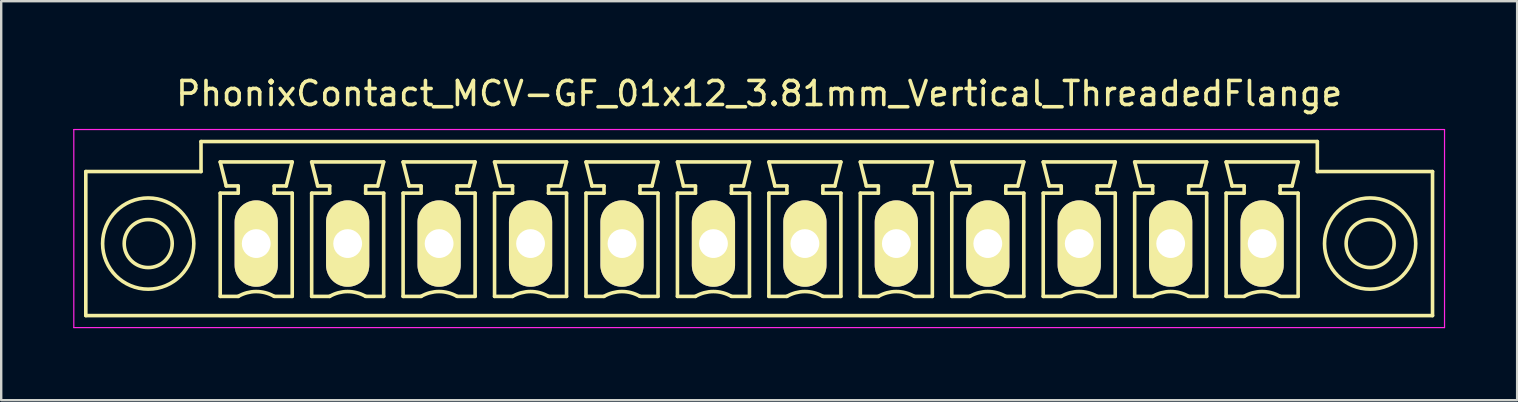
<source format=kicad_pcb>
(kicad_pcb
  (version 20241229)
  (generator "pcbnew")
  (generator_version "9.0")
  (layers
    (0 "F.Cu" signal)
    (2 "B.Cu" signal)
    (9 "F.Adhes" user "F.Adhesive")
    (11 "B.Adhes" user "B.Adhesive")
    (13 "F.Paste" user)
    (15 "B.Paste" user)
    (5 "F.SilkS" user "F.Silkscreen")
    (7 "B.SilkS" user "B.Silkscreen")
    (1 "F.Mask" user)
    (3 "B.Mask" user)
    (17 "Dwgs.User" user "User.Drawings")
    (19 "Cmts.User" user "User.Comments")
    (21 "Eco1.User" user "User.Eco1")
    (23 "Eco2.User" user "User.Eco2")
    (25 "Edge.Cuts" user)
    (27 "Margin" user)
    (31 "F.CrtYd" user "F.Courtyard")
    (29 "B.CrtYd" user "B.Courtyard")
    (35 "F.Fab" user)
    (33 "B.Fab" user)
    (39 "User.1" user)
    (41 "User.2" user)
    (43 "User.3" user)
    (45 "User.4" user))
  (footprint "PhonixContact_MCV-GF_01x12_3.81mm_Vertical_ThreadedFlange"
    (layer "F.Cu")
    (at 7.625 7.098)
    (property "Reference" "PhonixContact_MCV-GF_01x12_3.81mm_Vertical_ThreadedFlange" (at 20.955 -6.25 0) (layer "F.SilkS") (effects (font (size 1 1) (thickness 0.15))))
    (attr through_hole)
    (fp_line (start -7.1 -3) (end -7.1 3) (stroke (width 0.15) (type solid)) (layer "F.SilkS"))
    (fp_line (start -7.1 3) (end 49.01 3) (stroke (width 0.15) (type solid)) (layer "F.SilkS"))
    (fp_line (start -2.3 -4.25) (end -2.3 -3) (stroke (width 0.15) (type solid)) (layer "F.SilkS"))
    (fp_line (start -2.3 -3) (end -7.1 -3) (stroke (width 0.15) (type solid)) (layer "F.SilkS"))
    (fp_line (start -1.5 -3.4) (end 1.5 -3.4) (stroke (width 0.15) (type solid)) (layer "F.SilkS"))
    (fp_line (start -1.5 -2.1) (end -0.75 -2.1) (stroke (width 0.15) (type solid)) (layer "F.SilkS"))
    (fp_line (start -1.5 2.2) (end -1.5 -2.1) (stroke (width 0.15) (type solid)) (layer "F.SilkS"))
    (fp_line (start -1.25 -2.4) (end -1.5 -3.4) (stroke (width 0.15) (type solid)) (layer "F.SilkS"))
    (fp_line (start -0.75 -2.4) (end -1.25 -2.4) (stroke (width 0.15) (type solid)) (layer "F.SilkS"))
    (fp_line (start -0.75 -2.1) (end -0.75 -2.4) (stroke (width 0.15) (type solid)) (layer "F.SilkS"))
    (fp_line (start -0.75 2.2) (end -1.5 2.2) (stroke (width 0.15) (type solid)) (layer "F.SilkS"))
    (fp_line (start 0.75 -2.4) (end 0.75 -2.1) (stroke (width 0.15) (type solid)) (layer "F.SilkS"))
    (fp_line (start 0.75 -2.1) (end 0.75 -2.1) (stroke (width 0.15) (type solid)) (layer "F.SilkS"))
    (fp_line (start 0.75 -2.1) (end 1.5 -2.1) (stroke (width 0.15) (type solid)) (layer "F.SilkS"))
    (fp_line (start 1.25 -2.4) (end 0.75 -2.4) (stroke (width 0.15) (type solid)) (layer "F.SilkS"))
    (fp_line (start 1.5 -3.4) (end 1.25 -2.4) (stroke (width 0.15) (type solid)) (layer "F.SilkS"))
    (fp_line (start 1.5 -2.1) (end 1.5 2.2) (stroke (width 0.15) (type solid)) (layer "F.SilkS"))
    (fp_line (start 1.5 2.2) (end 0.75 2.2) (stroke (width 0.15) (type solid)) (layer "F.SilkS"))
    (fp_line (start 2.31 -3.4) (end 5.31 -3.4) (stroke (width 0.15) (type solid)) (layer "F.SilkS"))
    (fp_line (start 2.31 -2.1) (end 3.06 -2.1) (stroke (width 0.15) (type solid)) (layer "F.SilkS"))
    (fp_line (start 2.31 2.2) (end 2.31 -2.1) (stroke (width 0.15) (type solid)) (layer "F.SilkS"))
    (fp_line (start 2.56 -2.4) (end 2.31 -3.4) (stroke (width 0.15) (type solid)) (layer "F.SilkS"))
    (fp_line (start 3.06 -2.4) (end 2.56 -2.4) (stroke (width 0.15) (type solid)) (layer "F.SilkS"))
    (fp_line (start 3.06 -2.1) (end 3.06 -2.4) (stroke (width 0.15) (type solid)) (layer "F.SilkS"))
    (fp_line (start 3.06 2.2) (end 2.31 2.2) (stroke (width 0.15) (type solid)) (layer "F.SilkS"))
    (fp_line (start 4.56 -2.4) (end 4.56 -2.1) (stroke (width 0.15) (type solid)) (layer "F.SilkS"))
    (fp_line (start 4.56 -2.1) (end 4.56 -2.1) (stroke (width 0.15) (type solid)) (layer "F.SilkS"))
    (fp_line (start 4.56 -2.1) (end 5.31 -2.1) (stroke (width 0.15) (type solid)) (layer "F.SilkS"))
    (fp_line (start 5.06 -2.4) (end 4.56 -2.4) (stroke (width 0.15) (type solid)) (layer "F.SilkS"))
    (fp_line (start 5.31 -3.4) (end 5.06 -2.4) (stroke (width 0.15) (type solid)) (layer "F.SilkS"))
    (fp_line (start 5.31 -2.1) (end 5.31 2.2) (stroke (width 0.15) (type solid)) (layer "F.SilkS"))
    (fp_line (start 5.31 2.2) (end 4.56 2.2) (stroke (width 0.15) (type solid)) (layer "F.SilkS"))
    (fp_line (start 6.12 -3.4) (end 9.12 -3.4) (stroke (width 0.15) (type solid)) (layer "F.SilkS"))
    (fp_line (start 6.12 -2.1) (end 6.87 -2.1) (stroke (width 0.15) (type solid)) (layer "F.SilkS"))
    (fp_line (start 6.12 2.2) (end 6.12 -2.1) (stroke (width 0.15) (type solid)) (layer "F.SilkS"))
    (fp_line (start 6.37 -2.4) (end 6.12 -3.4) (stroke (width 0.15) (type solid)) (layer "F.SilkS"))
    (fp_line (start 6.87 -2.4) (end 6.37 -2.4) (stroke (width 0.15) (type solid)) (layer "F.SilkS"))
    (fp_line (start 6.87 -2.1) (end 6.87 -2.4) (stroke (width 0.15) (type solid)) (layer "F.SilkS"))
    (fp_line (start 6.87 2.2) (end 6.12 2.2) (stroke (width 0.15) (type solid)) (layer "F.SilkS"))
    (fp_line (start 8.37 -2.4) (end 8.37 -2.1) (stroke (width 0.15) (type solid)) (layer "F.SilkS"))
    (fp_line (start 8.37 -2.1) (end 8.37 -2.1) (stroke (width 0.15) (type solid)) (layer "F.SilkS"))
    (fp_line (start 8.37 -2.1) (end 9.12 -2.1) (stroke (width 0.15) (type solid)) (layer "F.SilkS"))
    (fp_line (start 8.87 -2.4) (end 8.37 -2.4) (stroke (width 0.15) (type solid)) (layer "F.SilkS"))
    (fp_line (start 9.12 -3.4) (end 8.87 -2.4) (stroke (width 0.15) (type solid)) (layer "F.SilkS"))
    (fp_line (start 9.12 -2.1) (end 9.12 2.2) (stroke (width 0.15) (type solid)) (layer "F.SilkS"))
    (fp_line (start 9.12 2.2) (end 8.37 2.2) (stroke (width 0.15) (type solid)) (layer "F.SilkS"))
    (fp_line (start 9.93 -3.4) (end 12.93 -3.4) (stroke (width 0.15) (type solid)) (layer "F.SilkS"))
    (fp_line (start 9.93 -2.1) (end 10.68 -2.1) (stroke (width 0.15) (type solid)) (layer "F.SilkS"))
    (fp_line (start 9.93 2.2) (end 9.93 -2.1) (stroke (width 0.15) (type solid)) (layer "F.SilkS"))
    (fp_line (start 10.18 -2.4) (end 9.93 -3.4) (stroke (width 0.15) (type solid)) (layer "F.SilkS"))
    (fp_line (start 10.68 -2.4) (end 10.18 -2.4) (stroke (width 0.15) (type solid)) (layer "F.SilkS"))
    (fp_line (start 10.68 -2.1) (end 10.68 -2.4) (stroke (width 0.15) (type solid)) (layer "F.SilkS"))
    (fp_line (start 10.68 2.2) (end 9.93 2.2) (stroke (width 0.15) (type solid)) (layer "F.SilkS"))
    (fp_line (start 12.18 -2.4) (end 12.18 -2.1) (stroke (width 0.15) (type solid)) (layer "F.SilkS"))
    (fp_line (start 12.18 -2.1) (end 12.18 -2.1) (stroke (width 0.15) (type solid)) (layer "F.SilkS"))
    (fp_line (start 12.18 -2.1) (end 12.93 -2.1) (stroke (width 0.15) (type solid)) (layer "F.SilkS"))
    (fp_line (start 12.68 -2.4) (end 12.18 -2.4) (stroke (width 0.15) (type solid)) (layer "F.SilkS"))
    (fp_line (start 12.93 -3.4) (end 12.68 -2.4) (stroke (width 0.15) (type solid)) (layer "F.SilkS"))
    (fp_line (start 12.93 -2.1) (end 12.93 2.2) (stroke (width 0.15) (type solid)) (layer "F.SilkS"))
    (fp_line (start 12.93 2.2) (end 12.18 2.2) (stroke (width 0.15) (type solid)) (layer "F.SilkS"))
    (fp_line (start 13.74 -3.4) (end 16.74 -3.4) (stroke (width 0.15) (type solid)) (layer "F.SilkS"))
    (fp_line (start 13.74 -2.1) (end 14.49 -2.1) (stroke (width 0.15) (type solid)) (layer "F.SilkS"))
    (fp_line (start 13.74 2.2) (end 13.74 -2.1) (stroke (width 0.15) (type solid)) (layer "F.SilkS"))
    (fp_line (start 13.99 -2.4) (end 13.74 -3.4) (stroke (width 0.15) (type solid)) (layer "F.SilkS"))
    (fp_line (start 14.49 -2.4) (end 13.99 -2.4) (stroke (width 0.15) (type solid)) (layer "F.SilkS"))
    (fp_line (start 14.49 -2.1) (end 14.49 -2.4) (stroke (width 0.15) (type solid)) (layer "F.SilkS"))
    (fp_line (start 14.49 2.2) (end 13.74 2.2) (stroke (width 0.15) (type solid)) (layer "F.SilkS"))
    (fp_line (start 15.99 -2.4) (end 15.99 -2.1) (stroke (width 0.15) (type solid)) (layer "F.SilkS"))
    (fp_line (start 15.99 -2.1) (end 15.99 -2.1) (stroke (width 0.15) (type solid)) (layer "F.SilkS"))
    (fp_line (start 15.99 -2.1) (end 16.74 -2.1) (stroke (width 0.15) (type solid)) (layer "F.SilkS"))
    (fp_line (start 16.49 -2.4) (end 15.99 -2.4) (stroke (width 0.15) (type solid)) (layer "F.SilkS"))
    (fp_line (start 16.74 -3.4) (end 16.49 -2.4) (stroke (width 0.15) (type solid)) (layer "F.SilkS"))
    (fp_line (start 16.74 -2.1) (end 16.74 2.2) (stroke (width 0.15) (type solid)) (layer "F.SilkS"))
    (fp_line (start 16.74 2.2) (end 15.99 2.2) (stroke (width 0.15) (type solid)) (layer "F.SilkS"))
    (fp_line (start 17.55 -3.4) (end 20.55 -3.4) (stroke (width 0.15) (type solid)) (layer "F.SilkS"))
    (fp_line (start 17.55 -2.1) (end 18.3 -2.1) (stroke (width 0.15) (type solid)) (layer "F.SilkS"))
    (fp_line (start 17.55 2.2) (end 17.55 -2.1) (stroke (width 0.15) (type solid)) (layer "F.SilkS"))
    (fp_line (start 17.8 -2.4) (end 17.55 -3.4) (stroke (width 0.15) (type solid)) (layer "F.SilkS"))
    (fp_line (start 18.3 -2.4) (end 17.8 -2.4) (stroke (width 0.15) (type solid)) (layer "F.SilkS"))
    (fp_line (start 18.3 -2.1) (end 18.3 -2.4) (stroke (width 0.15) (type solid)) (layer "F.SilkS"))
    (fp_line (start 18.3 2.2) (end 17.55 2.2) (stroke (width 0.15) (type solid)) (layer "F.SilkS"))
    (fp_line (start 19.8 -2.4) (end 19.8 -2.1) (stroke (width 0.15) (type solid)) (layer "F.SilkS"))
    (fp_line (start 19.8 -2.1) (end 19.8 -2.1) (stroke (width 0.15) (type solid)) (layer "F.SilkS"))
    (fp_line (start 19.8 -2.1) (end 20.55 -2.1) (stroke (width 0.15) (type solid)) (layer "F.SilkS"))
    (fp_line (start 20.3 -2.4) (end 19.8 -2.4) (stroke (width 0.15) (type solid)) (layer "F.SilkS"))
    (fp_line (start 20.55 -3.4) (end 20.3 -2.4) (stroke (width 0.15) (type solid)) (layer "F.SilkS"))
    (fp_line (start 20.55 -2.1) (end 20.55 2.2) (stroke (width 0.15) (type solid)) (layer "F.SilkS"))
    (fp_line (start 20.55 2.2) (end 19.8 2.2) (stroke (width 0.15) (type solid)) (layer "F.SilkS"))
    (fp_line (start 21.36 -3.4) (end 24.36 -3.4) (stroke (width 0.15) (type solid)) (layer "F.SilkS"))
    (fp_line (start 21.36 -2.1) (end 22.11 -2.1) (stroke (width 0.15) (type solid)) (layer "F.SilkS"))
    (fp_line (start 21.36 2.2) (end 21.36 -2.1) (stroke (width 0.15) (type solid)) (layer "F.SilkS"))
    (fp_line (start 21.61 -2.4) (end 21.36 -3.4) (stroke (width 0.15) (type solid)) (layer "F.SilkS"))
    (fp_line (start 22.11 -2.4) (end 21.61 -2.4) (stroke (width 0.15) (type solid)) (layer "F.SilkS"))
    (fp_line (start 22.11 -2.1) (end 22.11 -2.4) (stroke (width 0.15) (type solid)) (layer "F.SilkS"))
    (fp_line (start 22.11 2.2) (end 21.36 2.2) (stroke (width 0.15) (type solid)) (layer "F.SilkS"))
    (fp_line (start 23.61 -2.4) (end 23.61 -2.1) (stroke (width 0.15) (type solid)) (layer "F.SilkS"))
    (fp_line (start 23.61 -2.1) (end 23.61 -2.1) (stroke (width 0.15) (type solid)) (layer "F.SilkS"))
    (fp_line (start 23.61 -2.1) (end 24.36 -2.1) (stroke (width 0.15) (type solid)) (layer "F.SilkS"))
    (fp_line (start 24.11 -2.4) (end 23.61 -2.4) (stroke (width 0.15) (type solid)) (layer "F.SilkS"))
    (fp_line (start 24.36 -3.4) (end 24.11 -2.4) (stroke (width 0.15) (type solid)) (layer "F.SilkS"))
    (fp_line (start 24.36 -2.1) (end 24.36 2.2) (stroke (width 0.15) (type solid)) (layer "F.SilkS"))
    (fp_line (start 24.36 2.2) (end 23.61 2.2) (stroke (width 0.15) (type solid)) (layer "F.SilkS"))
    (fp_line (start 25.17 -3.4) (end 28.17 -3.4) (stroke (width 0.15) (type solid)) (layer "F.SilkS"))
    (fp_line (start 25.17 -2.1) (end 25.92 -2.1) (stroke (width 0.15) (type solid)) (layer "F.SilkS"))
    (fp_line (start 25.17 2.2) (end 25.17 -2.1) (stroke (width 0.15) (type solid)) (layer "F.SilkS"))
    (fp_line (start 25.42 -2.4) (end 25.17 -3.4) (stroke (width 0.15) (type solid)) (layer "F.SilkS"))
    (fp_line (start 25.92 -2.4) (end 25.42 -2.4) (stroke (width 0.15) (type solid)) (layer "F.SilkS"))
    (fp_line (start 25.92 -2.1) (end 25.92 -2.4) (stroke (width 0.15) (type solid)) (layer "F.SilkS"))
    (fp_line (start 25.92 2.2) (end 25.17 2.2) (stroke (width 0.15) (type solid)) (layer "F.SilkS"))
    (fp_line (start 27.42 -2.4) (end 27.42 -2.1) (stroke (width 0.15) (type solid)) (layer "F.SilkS"))
    (fp_line (start 27.42 -2.1) (end 27.42 -2.1) (stroke (width 0.15) (type solid)) (layer "F.SilkS"))
    (fp_line (start 27.42 -2.1) (end 28.17 -2.1) (stroke (width 0.15) (type solid)) (layer "F.SilkS"))
    (fp_line (start 27.92 -2.4) (end 27.42 -2.4) (stroke (width 0.15) (type solid)) (layer "F.SilkS"))
    (fp_line (start 28.17 -3.4) (end 27.92 -2.4) (stroke (width 0.15) (type solid)) (layer "F.SilkS"))
    (fp_line (start 28.17 -2.1) (end 28.17 2.2) (stroke (width 0.15) (type solid)) (layer "F.SilkS"))
    (fp_line (start 28.17 2.2) (end 27.42 2.2) (stroke (width 0.15) (type solid)) (layer "F.SilkS"))
    (fp_line (start 28.98 -3.4) (end 31.98 -3.4) (stroke (width 0.15) (type solid)) (layer "F.SilkS"))
    (fp_line (start 28.98 -2.1) (end 29.73 -2.1) (stroke (width 0.15) (type solid)) (layer "F.SilkS"))
    (fp_line (start 28.98 2.2) (end 28.98 -2.1) (stroke (width 0.15) (type solid)) (layer "F.SilkS"))
    (fp_line (start 29.23 -2.4) (end 28.98 -3.4) (stroke (width 0.15) (type solid)) (layer "F.SilkS"))
    (fp_line (start 29.73 -2.4) (end 29.23 -2.4) (stroke (width 0.15) (type solid)) (layer "F.SilkS"))
    (fp_line (start 29.73 -2.1) (end 29.73 -2.4) (stroke (width 0.15) (type solid)) (layer "F.SilkS"))
    (fp_line (start 29.73 2.2) (end 28.98 2.2) (stroke (width 0.15) (type solid)) (layer "F.SilkS"))
    (fp_line (start 31.23 -2.4) (end 31.23 -2.1) (stroke (width 0.15) (type solid)) (layer "F.SilkS"))
    (fp_line (start 31.23 -2.1) (end 31.23 -2.1) (stroke (width 0.15) (type solid)) (layer "F.SilkS"))
    (fp_line (start 31.23 -2.1) (end 31.98 -2.1) (stroke (width 0.15) (type solid)) (layer "F.SilkS"))
    (fp_line (start 31.73 -2.4) (end 31.23 -2.4) (stroke (width 0.15) (type solid)) (layer "F.SilkS"))
    (fp_line (start 31.98 -3.4) (end 31.73 -2.4) (stroke (width 0.15) (type solid)) (layer "F.SilkS"))
    (fp_line (start 31.98 -2.1) (end 31.98 2.2) (stroke (width 0.15) (type solid)) (layer "F.SilkS"))
    (fp_line (start 31.98 2.2) (end 31.23 2.2) (stroke (width 0.15) (type solid)) (layer "F.SilkS"))
    (fp_line (start 32.79 -3.4) (end 35.79 -3.4) (stroke (width 0.15) (type solid)) (layer "F.SilkS"))
    (fp_line (start 32.79 -2.1) (end 33.54 -2.1) (stroke (width 0.15) (type solid)) (layer "F.SilkS"))
    (fp_line (start 32.79 2.2) (end 32.79 -2.1) (stroke (width 0.15) (type solid)) (layer "F.SilkS"))
    (fp_line (start 33.04 -2.4) (end 32.79 -3.4) (stroke (width 0.15) (type solid)) (layer "F.SilkS"))
    (fp_line (start 33.54 -2.4) (end 33.04 -2.4) (stroke (width 0.15) (type solid)) (layer "F.SilkS"))
    (fp_line (start 33.54 -2.1) (end 33.54 -2.4) (stroke (width 0.15) (type solid)) (layer "F.SilkS"))
    (fp_line (start 33.54 2.2) (end 32.79 2.2) (stroke (width 0.15) (type solid)) (layer "F.SilkS"))
    (fp_line (start 35.04 -2.4) (end 35.04 -2.1) (stroke (width 0.15) (type solid)) (layer "F.SilkS"))
    (fp_line (start 35.04 -2.1) (end 35.04 -2.1) (stroke (width 0.15) (type solid)) (layer "F.SilkS"))
    (fp_line (start 35.04 -2.1) (end 35.79 -2.1) (stroke (width 0.15) (type solid)) (layer "F.SilkS"))
    (fp_line (start 35.54 -2.4) (end 35.04 -2.4) (stroke (width 0.15) (type solid)) (layer "F.SilkS"))
    (fp_line (start 35.79 -3.4) (end 35.54 -2.4) (stroke (width 0.15) (type solid)) (layer "F.SilkS"))
    (fp_line (start 35.79 -2.1) (end 35.79 2.2) (stroke (width 0.15) (type solid)) (layer "F.SilkS"))
    (fp_line (start 35.79 2.2) (end 35.04 2.2) (stroke (width 0.15) (type solid)) (layer "F.SilkS"))
    (fp_line (start 36.6 -3.4) (end 39.6 -3.4) (stroke (width 0.15) (type solid)) (layer "F.SilkS"))
    (fp_line (start 36.6 -2.1) (end 37.35 -2.1) (stroke (width 0.15) (type solid)) (layer "F.SilkS"))
    (fp_line (start 36.6 2.2) (end 36.6 -2.1) (stroke (width 0.15) (type solid)) (layer "F.SilkS"))
    (fp_line (start 36.85 -2.4) (end 36.6 -3.4) (stroke (width 0.15) (type solid)) (layer "F.SilkS"))
    (fp_line (start 37.35 -2.4) (end 36.85 -2.4) (stroke (width 0.15) (type solid)) (layer "F.SilkS"))
    (fp_line (start 37.35 -2.1) (end 37.35 -2.4) (stroke (width 0.15) (type solid)) (layer "F.SilkS"))
    (fp_line (start 37.35 2.2) (end 36.6 2.2) (stroke (width 0.15) (type solid)) (layer "F.SilkS"))
    (fp_line (start 38.85 -2.4) (end 38.85 -2.1) (stroke (width 0.15) (type solid)) (layer "F.SilkS"))
    (fp_line (start 38.85 -2.1) (end 38.85 -2.1) (stroke (width 0.15) (type solid)) (layer "F.SilkS"))
    (fp_line (start 38.85 -2.1) (end 39.6 -2.1) (stroke (width 0.15) (type solid)) (layer "F.SilkS"))
    (fp_line (start 39.35 -2.4) (end 38.85 -2.4) (stroke (width 0.15) (type solid)) (layer "F.SilkS"))
    (fp_line (start 39.6 -3.4) (end 39.35 -2.4) (stroke (width 0.15) (type solid)) (layer "F.SilkS"))
    (fp_line (start 39.6 -2.1) (end 39.6 2.2) (stroke (width 0.15) (type solid)) (layer "F.SilkS"))
    (fp_line (start 39.6 2.2) (end 38.85 2.2) (stroke (width 0.15) (type solid)) (layer "F.SilkS"))
    (fp_line (start 40.41 -3.4) (end 43.41 -3.4) (stroke (width 0.15) (type solid)) (layer "F.SilkS"))
    (fp_line (start 40.41 -2.1) (end 41.16 -2.1) (stroke (width 0.15) (type solid)) (layer "F.SilkS"))
    (fp_line (start 40.41 2.2) (end 40.41 -2.1) (stroke (width 0.15) (type solid)) (layer "F.SilkS"))
    (fp_line (start 40.66 -2.4) (end 40.41 -3.4) (stroke (width 0.15) (type solid)) (layer "F.SilkS"))
    (fp_line (start 41.16 -2.4) (end 40.66 -2.4) (stroke (width 0.15) (type solid)) (layer "F.SilkS"))
    (fp_line (start 41.16 -2.1) (end 41.16 -2.4) (stroke (width 0.15) (type solid)) (layer "F.SilkS"))
    (fp_line (start 41.16 2.2) (end 40.41 2.2) (stroke (width 0.15) (type solid)) (layer "F.SilkS"))
    (fp_line (start 42.66 -2.4) (end 42.66 -2.1) (stroke (width 0.15) (type solid)) (layer "F.SilkS"))
    (fp_line (start 42.66 -2.1) (end 42.66 -2.1) (stroke (width 0.15) (type solid)) (layer "F.SilkS"))
    (fp_line (start 42.66 -2.1) (end 43.41 -2.1) (stroke (width 0.15) (type solid)) (layer "F.SilkS"))
    (fp_line (start 43.16 -2.4) (end 42.66 -2.4) (stroke (width 0.15) (type solid)) (layer "F.SilkS"))
    (fp_line (start 43.41 -3.4) (end 43.16 -2.4) (stroke (width 0.15) (type solid)) (layer "F.SilkS"))
    (fp_line (start 43.41 -2.1) (end 43.41 2.2) (stroke (width 0.15) (type solid)) (layer "F.SilkS"))
    (fp_line (start 43.41 2.2) (end 42.66 2.2) (stroke (width 0.15) (type solid)) (layer "F.SilkS"))
    (fp_line (start 44.21 -4.25) (end -2.3 -4.25) (stroke (width 0.15) (type solid)) (layer "F.SilkS"))
    (fp_line (start 44.21 -3) (end 44.21 -4.25) (stroke (width 0.15) (type solid)) (layer "F.SilkS"))
    (fp_line (start 49.01 -3) (end 44.21 -3) (stroke (width 0.15) (type solid)) (layer "F.SilkS"))
    (fp_line (start 49.01 3) (end 49.01 -3) (stroke (width 0.15) (type solid)) (layer "F.SilkS"))
    (fp_arc (start -0.75 2.2) (mid -0.006068 1.999179) (end 0.739464 2.193978) (stroke (width 0.15) (type solid)) (layer "F.SilkS"))
    (fp_arc (start 3.06 2.2) (mid 3.803932 1.999179) (end 4.549464 2.193978) (stroke (width 0.15) (type solid)) (layer "F.SilkS"))
    (fp_arc (start 6.87 2.2) (mid 7.613932 1.999179) (end 8.359464 2.193978) (stroke (width 0.15) (type solid)) (layer "F.SilkS"))
    (fp_arc (start 10.68 2.2) (mid 11.423932 1.999179) (end 12.169464 2.193978) (stroke (width 0.15) (type solid)) (layer "F.SilkS"))
    (fp_arc (start 14.49 2.2) (mid 15.233932 1.999179) (end 15.979464 2.193978) (stroke (width 0.15) (type solid)) (layer "F.SilkS"))
    (fp_arc (start 18.3 2.2) (mid 19.043932 1.999179) (end 19.789464 2.193978) (stroke (width 0.15) (type solid)) (layer "F.SilkS"))
    (fp_arc (start 22.11 2.2) (mid 22.853932 1.999179) (end 23.599464 2.193978) (stroke (width 0.15) (type solid)) (layer "F.SilkS"))
    (fp_arc (start 25.92 2.2) (mid 26.663932 1.999179) (end 27.409464 2.193978) (stroke (width 0.15) (type solid)) (layer "F.SilkS"))
    (fp_arc (start 29.73 2.2) (mid 30.473932 1.999179) (end 31.219464 2.193978) (stroke (width 0.15) (type solid)) (layer "F.SilkS"))
    (fp_arc (start 33.54 2.2) (mid 34.283932 1.999179) (end 35.029464 2.193978) (stroke (width 0.15) (type solid)) (layer "F.SilkS"))
    (fp_arc (start 37.35 2.2) (mid 38.093932 1.999179) (end 38.839464 2.193978) (stroke (width 0.15) (type solid)) (layer "F.SilkS"))
    (fp_arc (start 41.16 2.2) (mid 41.903932 1.999179) (end 42.649464 2.193978) (stroke (width 0.15) (type solid)) (layer "F.SilkS"))
    (fp_circle (center -4.5 0) (end -3.5 0) (stroke (width 0.15) (type solid)) (fill no) (layer "F.SilkS"))
    (fp_circle (center -4.5 0) (end -2.6 0) (stroke (width 0.15) (type solid)) (fill no) (layer "F.SilkS"))
    (fp_circle (center 46.41 0) (end 47.41 0) (stroke (width 0.15) (type solid)) (fill no) (layer "F.SilkS"))
    (fp_circle (center 46.41 0) (end 48.31 0) (stroke (width 0.15) (type solid)) (fill no) (layer "F.SilkS"))
    (fp_line (start -7.6 -4.75) (end -7.6 3.5) (stroke (width 0.05) (type solid)) (layer "F.CrtYd"))
    (fp_line (start -7.6 3.5) (end 49.51 3.5) (stroke (width 0.05) (type solid)) (layer "F.CrtYd"))
    (fp_line (start 49.51 -4.75) (end -7.6 -4.75) (stroke (width 0.05) (type solid)) (layer "F.CrtYd"))
    (fp_line (start 49.51 3.5) (end 49.51 -4.75) (stroke (width 0.05) (type solid)) (layer "F.CrtYd"))
    (pad "1" thru_hole oval (at 0 0) (size 1.8 3.6) (drill 1.2) (layers "*.Cu" "*.Mask" "F.SilkS"))
    (pad "2" thru_hole oval (at 3.81 0) (size 1.8 3.6) (drill 1.2) (layers "*.Cu" "*.Mask" "F.SilkS"))
    (pad "3" thru_hole oval (at 7.62 0) (size 1.8 3.6) (drill 1.2) (layers "*.Cu" "*.Mask" "F.SilkS"))
    (pad "4" thru_hole oval (at 11.43 0) (size 1.8 3.6) (drill 1.2) (layers "*.Cu" "*.Mask" "F.SilkS"))
    (pad "5" thru_hole oval (at 15.24 0) (size 1.8 3.6) (drill 1.2) (layers "*.Cu" "*.Mask" "F.SilkS"))
    (pad "6" thru_hole oval (at 19.05 0) (size 1.8 3.6) (drill 1.2) (layers "*.Cu" "*.Mask" "F.SilkS"))
    (pad "7" thru_hole oval (at 22.86 0) (size 1.8 3.6) (drill 1.2) (layers "*.Cu" "*.Mask" "F.SilkS"))
    (pad "8" thru_hole oval (at 26.67 0) (size 1.8 3.6) (drill 1.2) (layers "*.Cu" "*.Mask" "F.SilkS"))
    (pad "9" thru_hole oval (at 30.48 0) (size 1.8 3.6) (drill 1.2) (layers "*.Cu" "*.Mask" "F.SilkS"))
    (pad "10" thru_hole oval (at 34.29 0) (size 1.8 3.6) (drill 1.2) (layers "*.Cu" "*.Mask" "F.SilkS"))
    (pad "11" thru_hole oval (at 38.1 0) (size 1.8 3.6) (drill 1.2) (layers "*.Cu" "*.Mask" "F.SilkS"))
    (pad "12" thru_hole oval (at 41.91 0) (size 1.8 3.6) (drill 1.2) (layers "*.Cu" "*.Mask" "F.SilkS")))
  (gr_rect
    (start -3 -3)
    (end 60.16 13.623)
    (stroke (width 0.1) (type default))
    (fill no)
    (layer "Edge.Cuts")))
</source>
